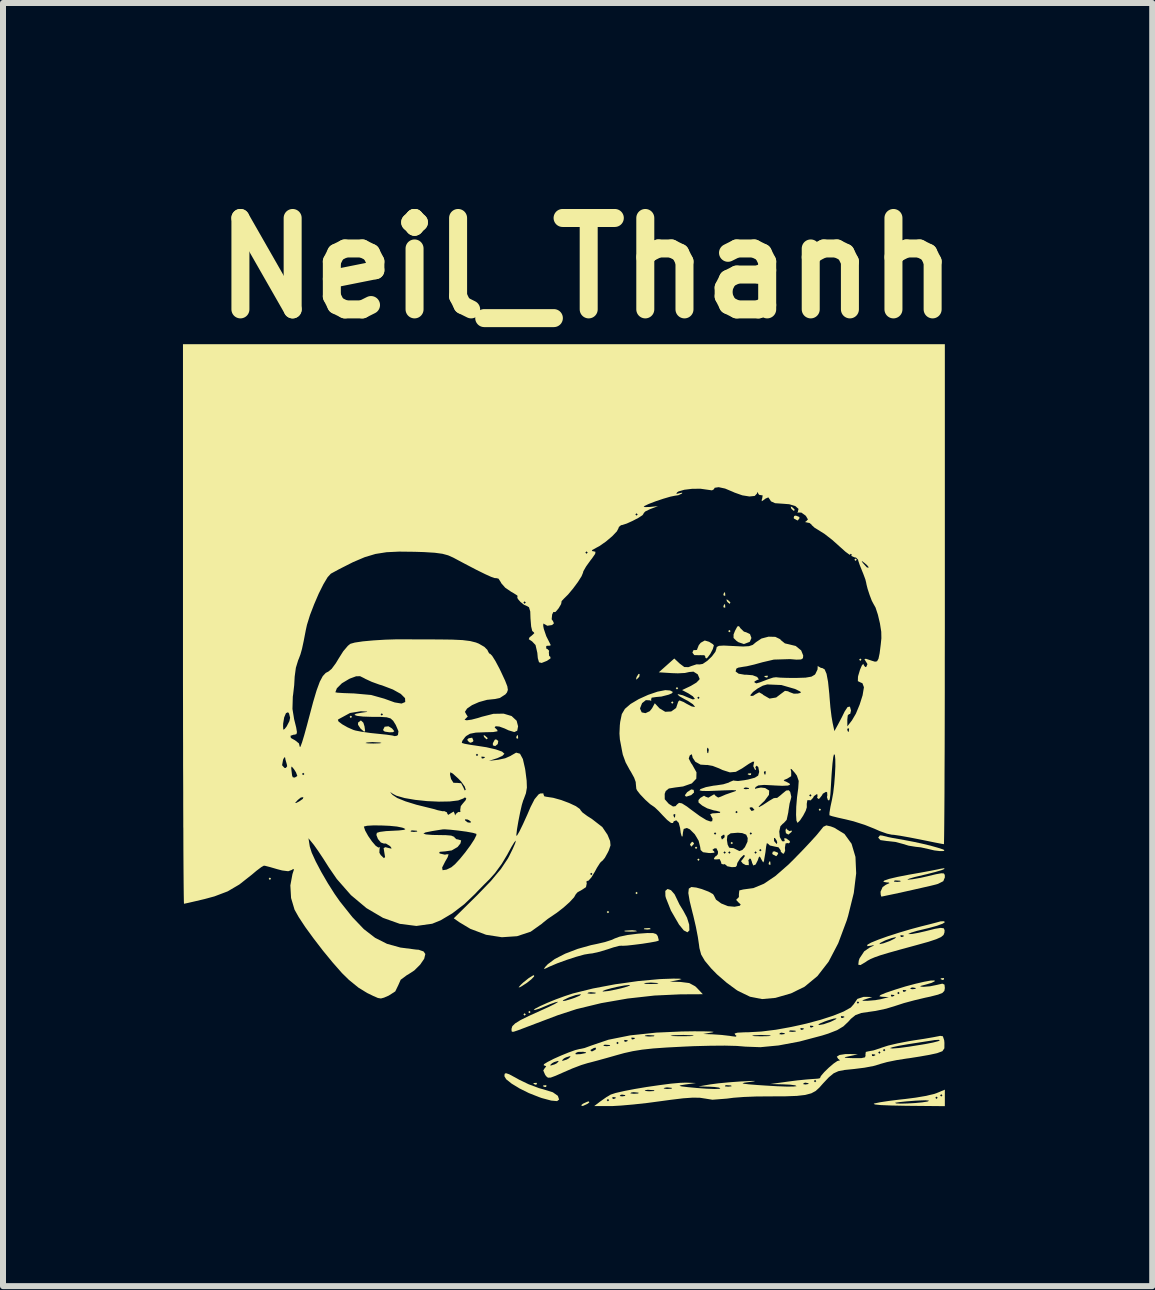
<source format=kicad_pcb>
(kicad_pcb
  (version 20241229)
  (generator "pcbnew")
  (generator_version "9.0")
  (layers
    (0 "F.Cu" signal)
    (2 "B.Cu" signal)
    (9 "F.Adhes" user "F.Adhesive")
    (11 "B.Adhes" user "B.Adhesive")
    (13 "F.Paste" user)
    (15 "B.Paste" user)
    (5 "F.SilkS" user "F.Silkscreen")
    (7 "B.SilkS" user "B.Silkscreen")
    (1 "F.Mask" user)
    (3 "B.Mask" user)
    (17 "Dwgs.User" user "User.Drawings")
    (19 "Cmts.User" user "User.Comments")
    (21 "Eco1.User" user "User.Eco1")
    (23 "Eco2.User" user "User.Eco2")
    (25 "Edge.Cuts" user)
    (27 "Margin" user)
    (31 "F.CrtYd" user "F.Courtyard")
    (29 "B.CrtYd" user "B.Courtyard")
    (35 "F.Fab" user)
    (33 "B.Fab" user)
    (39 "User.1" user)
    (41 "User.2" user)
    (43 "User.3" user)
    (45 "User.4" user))
  (footprint "Neil_Thanh"
    (layer "F.Cu")
    (at 6.35 9.038)
    (property "Reference" "Neil_Thanh" (at 0.377 -7.62 0) (layer "F.SilkS") (effects (font (size 1.524 1.524) (thickness 0.3))))
    (attr board_only exclude_from_pos_files exclude_from_bom)
    (fp_poly (pts (xy -4.882 2.56) (xy -4.901 2.58) (xy -4.921 2.56) (xy -4.901 2.54)) (stroke (width 0) (type solid)) (fill yes) (layer "F.SilkS"))
    (fp_poly (pts (xy -3.532 -0.139) (xy -3.552 -0.119) (xy -3.572 -0.139) (xy -3.552 -0.159)) (stroke (width 0) (type solid)) (fill yes) (layer "F.SilkS"))
    (fp_poly (pts (xy -0.635 4.822) (xy -0.655 4.842) (xy -0.675 4.822) (xy -0.655 4.802)) (stroke (width 0) (type solid)) (fill yes) (layer "F.SilkS"))
    (fp_poly (pts (xy -0.556 4.782) (xy -0.575 4.802) (xy -0.595 4.782) (xy -0.575 4.763)) (stroke (width 0) (type solid)) (fill yes) (layer "F.SilkS"))
    (fp_poly (pts (xy 0.754 3.115) (xy 0.734 3.135) (xy 0.714 3.115) (xy 0.734 3.096)) (stroke (width 0) (type solid)) (fill yes) (layer "F.SilkS"))
    (fp_poly (pts (xy 1.23 2.798) (xy 1.21 2.818) (xy 1.191 2.798) (xy 1.21 2.778)) (stroke (width 0) (type solid)) (fill yes) (layer "F.SilkS"))
    (fp_poly (pts (xy 1.826 -0.377) (xy 1.806 -0.357) (xy 1.786 -0.377) (xy 1.806 -0.397)) (stroke (width 0) (type solid)) (fill yes) (layer "F.SilkS"))
    (fp_poly (pts (xy 1.905 -0.615) (xy 1.885 -0.595) (xy 1.865 -0.615) (xy 1.885 -0.635)) (stroke (width 0) (type solid)) (fill yes) (layer "F.SilkS"))
    (fp_poly (pts (xy 2.223 2.044) (xy 2.203 2.064) (xy 2.183 2.044) (xy 2.203 2.024)) (stroke (width 0) (type solid)) (fill yes) (layer "F.SilkS"))
    (fp_poly (pts (xy 2.262 2.242) (xy 2.242 2.262) (xy 2.223 2.242) (xy 2.242 2.223)) (stroke (width 0) (type solid)) (fill yes) (layer "F.SilkS"))
    (fp_poly (pts (xy 2.778 -1.568) (xy 2.758 -1.548) (xy 2.738 -1.568) (xy 2.758 -1.587)) (stroke (width 0) (type solid)) (fill yes) (layer "F.SilkS"))
    (fp_poly (pts (xy 2.818 1.965) (xy 2.798 1.984) (xy 2.778 1.965) (xy 2.798 1.945)) (stroke (width 0) (type solid)) (fill yes) (layer "F.SilkS"))
    (fp_poly (pts (xy 4.286 1.409) (xy 4.266 1.429) (xy 4.247 1.409) (xy 4.266 1.389)) (stroke (width 0) (type solid)) (fill yes) (layer "F.SilkS"))
    (fp_poly (pts (xy 4.882 -2.758) (xy 4.862 -2.738) (xy 4.842 -2.758) (xy 4.862 -2.778)) (stroke (width 0) (type solid)) (fill yes) (layer "F.SilkS"))
    (fp_poly (pts (xy 4.961 -1.091) (xy 4.941 -1.072) (xy 4.921 -1.091) (xy 4.941 -1.111)) (stroke (width 0) (type solid)) (fill yes) (layer "F.SilkS"))
    (fp_poly (pts (xy -0.767 0.172) (xy -0.763 0.219) (xy -0.767 0.225) (xy -0.791 0.219) (xy -0.794 0.198) (xy -0.779 0.166)) (stroke (width 0) (type solid)) (fill yes) (layer "F.SilkS"))
    (fp_poly (pts (xy -0.45 5.966) (xy -0.455 5.99) (xy -0.476 5.993) (xy -0.509 5.978) (xy -0.503 5.966) (xy -0.456 5.962)) (stroke (width 0) (type solid)) (fill yes) (layer "F.SilkS"))
    (fp_poly (pts (xy -0.291 6.006) (xy -0.296 6.03) (xy -0.318 6.032) (xy -0.35 6.018) (xy -0.344 6.006) (xy -0.297 6.001)) (stroke (width 0) (type solid)) (fill yes) (layer "F.SilkS"))
    (fp_poly (pts (xy 1.439 3.387) (xy 1.444 3.401) (xy 1.389 3.407) (xy 1.333 3.401) (xy 1.339 3.387) (xy 1.421 3.382)) (stroke (width 0) (type solid)) (fill yes) (layer "F.SilkS"))
    (fp_poly (pts (xy 2.686 -2.209) (xy 2.69 -2.162) (xy 2.686 -2.156) (xy 2.662 -2.162) (xy 2.659 -2.183) (xy 2.674 -2.215)) (stroke (width 0) (type solid)) (fill yes) (layer "F.SilkS"))
    (fp_poly (pts (xy 2.686 -2.011) (xy 2.69 -1.964) (xy 2.686 -1.958) (xy 2.662 -1.963) (xy 2.659 -1.984) (xy 2.674 -2.017)) (stroke (width 0) (type solid)) (fill yes) (layer "F.SilkS"))
    (fp_poly (pts (xy 3.122 0.807) (xy 3.117 0.831) (xy 3.096 0.833) (xy 3.063 0.819) (xy 3.069 0.807) (xy 3.116 0.802)) (stroke (width 0) (type solid)) (fill yes) (layer "F.SilkS"))
    (fp_poly (pts (xy 3.4 -0.82) (xy 3.394 -0.797) (xy 3.373 -0.794) (xy 3.341 -0.808) (xy 3.347 -0.82) (xy 3.394 -0.825)) (stroke (width 0) (type solid)) (fill yes) (layer "F.SilkS"))
    (fp_poly (pts (xy 3.44 2.275) (xy 3.444 2.323) (xy 3.44 2.328) (xy 3.416 2.323) (xy 3.413 2.302) (xy 3.428 2.269)) (stroke (width 0) (type solid)) (fill yes) (layer "F.SilkS"))
    (fp_poly (pts (xy 6.337 4.22) (xy 6.331 4.244) (xy 6.31 4.247) (xy 6.278 4.232) (xy 6.284 4.22) (xy 6.331 4.215)) (stroke (width 0) (type solid)) (fill yes) (layer "F.SilkS"))
    (fp_poly (pts (xy -1.509 0.255) (xy -1.514 0.274) (xy -1.553 0.293) (xy -1.582 0.282) (xy -1.613 0.244) (xy -1.589 0.219) (xy -1.529 0.209)) (stroke (width 0) (type solid)) (fill yes) (layer "F.SilkS"))
    (fp_poly (pts (xy -1.316 0.175) (xy -1.274 0.212) (xy -1.27 0.221) (xy -1.289 0.237) (xy -1.328 0.2) (xy -1.333 0.192) (xy -1.338 0.165)) (stroke (width 0) (type solid)) (fill yes) (layer "F.SilkS"))
    (fp_poly (pts (xy -1.094 0.264) (xy -1.103 0.315) (xy -1.145 0.349) (xy -1.184 0.337) (xy -1.184 0.3) (xy -1.153 0.244) (xy -1.131 0.236)) (stroke (width 0) (type solid)) (fill yes) (layer "F.SilkS"))
    (fp_poly (pts (xy 1.258 -0.812) (xy 1.235 -0.783) (xy 1.202 -0.758) (xy 1.21 -0.798) (xy 1.213 -0.805) (xy 1.244 -0.854) (xy 1.262 -0.854)) (stroke (width 0) (type solid)) (fill yes) (layer "F.SilkS"))
    (fp_poly (pts (xy 2.732 -2.087) (xy 2.775 -2.047) (xy 2.766 -2.024) (xy 2.761 -2.024) (xy 2.727 -2.052) (xy 2.715 -2.07) (xy 2.71 -2.097)) (stroke (width 0) (type solid)) (fill yes) (layer "F.SilkS"))
    (fp_poly (pts (xy 3.804 -3.635) (xy 3.846 -3.595) (xy 3.838 -3.572) (xy 3.832 -3.572) (xy 3.799 -3.6) (xy 3.786 -3.618) (xy 3.782 -3.645)) (stroke (width 0) (type solid)) (fill yes) (layer "F.SilkS"))
    (fp_poly (pts (xy -3.343 -0.041) (xy -3.324 0.02) (xy -3.313 0.1) (xy -3.332 0.109) (xy -3.391 0.056) (xy -3.432 -0.007) (xy -3.431 -0.043) (xy -3.384 -0.079)) (stroke (width 0) (type solid)) (fill yes) (layer "F.SilkS"))
    (fp_poly (pts (xy -2.865 0.055) (xy -2.827 0.101) (xy -2.85 0.117) (xy -2.909 0.119) (xy -2.987 0.107) (xy -3.016 0.082) (xy -2.988 0.026) (xy -2.924 0.019)) (stroke (width 0) (type solid)) (fill yes) (layer "F.SilkS"))
    (fp_poly (pts (xy 0.424 6.288) (xy 0.397 6.31) (xy 0.325 6.344) (xy 0.298 6.349) (xy 0.291 6.332) (xy 0.318 6.31) (xy 0.39 6.277) (xy 0.417 6.272)) (stroke (width 0) (type solid)) (fill yes) (layer "F.SilkS"))
    (fp_poly (pts (xy 1.201 3.425) (xy 1.219 3.435) (xy 1.169 3.441) (xy 1.111 3.442) (xy 1.025 3.439) (xy 1.002 3.431) (xy 1.022 3.425) (xy 1.138 3.418)) (stroke (width 0) (type solid)) (fill yes) (layer "F.SilkS"))
    (fp_poly (pts (xy 2.163 1.079) (xy 2.169 1.123) (xy 2.122 1.166) (xy 2.045 1.19) (xy 2.034 1.19) (xy 2.016 1.169) (xy 2.054 1.117) (xy 2.123 1.071)) (stroke (width 0) (type solid)) (fill yes) (layer "F.SilkS"))
    (fp_poly (pts (xy 2.169 1.969) (xy 2.163 1.984) (xy 2.127 2.022) (xy 2.121 2.024) (xy 2.104 1.993) (xy 2.103 1.984) (xy 2.134 1.946) (xy 2.145 1.945)) (stroke (width 0) (type solid)) (fill yes) (layer "F.SilkS"))
    (fp_poly (pts (xy 3.564 2.124) (xy 3.572 2.143) (xy 3.543 2.182) (xy 3.535 2.183) (xy 3.481 2.154) (xy 3.473 2.143) (xy 3.482 2.109) (xy 3.51 2.103)) (stroke (width 0) (type solid)) (fill yes) (layer "F.SilkS"))
    (fp_poly (pts (xy 3.921 -3.472) (xy 3.929 -3.453) (xy 3.901 -3.414) (xy 3.892 -3.413) (xy 3.838 -3.442) (xy 3.83 -3.453) (xy 3.839 -3.487) (xy 3.867 -3.493)) (stroke (width 0) (type solid)) (fill yes) (layer "F.SilkS"))
    (fp_poly (pts (xy 3.717 1.737) (xy 3.76 1.767) (xy 3.78 1.76) (xy 3.803 1.759) (xy 3.794 1.78) (xy 3.742 1.824) (xy 3.701 1.801) (xy 3.694 1.756) (xy 3.704 1.718)) (stroke (width 0) (type solid)) (fill yes) (layer "F.SilkS"))
    (fp_poly (pts (xy -0.496 4.188) (xy -0.542 4.236) (xy -0.617 4.296) (xy -0.704 4.352) (xy -0.734 4.369) (xy -0.755 4.37) (xy -0.721 4.33) (xy -0.676 4.288) (xy -0.586 4.216) (xy -0.516 4.173) (xy -0.498 4.168)) (stroke (width 0) (type solid)) (fill yes) (layer "F.SilkS"))
    (fp_poly (pts (xy 2.942 -1.616) (xy 3.001 -1.559) (xy 3.039 -1.548) (xy 3.102 -1.518) (xy 3.126 -1.453) (xy 3.1 -1.392) (xy 3.091 -1.386) (xy 3 -1.352) (xy 2.909 -1.383) (xy 2.877 -1.405) (xy 2.828 -1.453) (xy 2.828 -1.511) (xy 2.852 -1.572) (xy 2.891 -1.645) (xy 2.918 -1.651)) (stroke (width 0) (type solid)) (fill yes) (layer "F.SilkS"))
    (fp_poly (pts (xy 1.785 2.751) (xy 1.845 2.82) (xy 1.868 2.867) (xy 1.927 2.99) (xy 1.992 3.096) (xy 2.052 3.209) (xy 2.088 3.324) (xy 2.092 3.421) (xy 2.059 3.453) (xy 1.998 3.421) (xy 1.919 3.324) (xy 1.919 3.324) (xy 1.784 3.091) (xy 1.701 2.882) (xy 1.692 2.848) (xy 1.69 2.763) (xy 1.727 2.731)) (stroke (width 0) (type solid)) (fill yes) (layer "F.SilkS"))
    (fp_poly (pts (xy -0.913 5.819) (xy -0.812 5.873) (xy -0.744 5.911) (xy -0.588 5.986) (xy -0.421 6.049) (xy -0.338 6.072) (xy -0.184 6.12) (xy -0.101 6.179) (xy -0.08 6.241) (xy -0.114 6.267) (xy -0.212 6.258) (xy -0.369 6.216) (xy -0.417 6.199) (xy -0.584 6.133) (xy -0.741 6.055) (xy -0.872 5.975) (xy -0.962 5.903) (xy -0.992 5.852) (xy -0.988 5.813) (xy -0.967 5.801)) (stroke (width 0) (type solid)) (fill yes) (layer "F.SilkS"))
    (fp_poly (pts (xy 2.42 -1.39) (xy 2.483 -1.35) (xy 2.5 -1.33) (xy 2.482 -1.268) (xy 2.441 -1.189) (xy 2.395 -1.127) (xy 2.373 -1.111) (xy 2.353 -1.135) (xy 2.358 -1.146) (xy 2.34 -1.166) (xy 2.267 -1.167) (xy 2.261 -1.166) (xy 2.173 -1.168) (xy 2.143 -1.208) (xy 2.143 -1.214) (xy 2.163 -1.254) (xy 2.183 -1.25) (xy 2.219 -1.255) (xy 2.223 -1.27) (xy 2.248 -1.333) (xy 2.281 -1.374) (xy 2.348 -1.411)) (stroke (width 0) (type solid)) (fill yes) (layer "F.SilkS"))
    (fp_poly (pts (xy 5.308 1.841) (xy 5.403 1.865) (xy 5.477 1.88) (xy 5.685 1.917) (xy 5.842 1.947) (xy 5.974 1.976) (xy 6.108 2.008) (xy 6.108 2.008) (xy 6.229 2.042) (xy 6.316 2.07) (xy 6.343 2.083) (xy 6.33 2.098) (xy 6.266 2.099) (xy 6.174 2.088) (xy 6.081 2.066) (xy 6.072 2.064) (xy 5.951 2.037) (xy 5.866 2.028) (xy 5.747 2.009) (xy 5.648 1.979) (xy 5.529 1.947) (xy 5.394 1.932) (xy 5.388 1.932) (xy 5.276 1.916) (xy 5.239 1.875) (xy 5.239 1.875) (xy 5.268 1.837)) (stroke (width 0) (type solid)) (fill yes) (layer "F.SilkS"))
    (fp_poly (pts (xy 1.487 3.466) (xy 1.538 3.482) (xy 1.563 3.514) (xy 1.564 3.517) (xy 1.58 3.578) (xy 1.579 3.593) (xy 1.533 3.606) (xy 1.434 3.624) (xy 1.306 3.644) (xy 1.171 3.661) (xy 1.054 3.674) (xy 0.979 3.678) (xy 0.964 3.676) (xy 0.921 3.679) (xy 0.826 3.704) (xy 0.733 3.735) (xy 0.596 3.777) (xy 0.476 3.804) (xy 0.422 3.81) (xy 0.339 3.824) (xy 0.206 3.861) (xy 0.049 3.912) (xy -0.108 3.969) (xy -0.241 4.025) (xy -0.298 4.053) (xy -0.334 4.066) (xy -0.314 4.033) (xy -0.269 3.985) (xy -0.152 3.898) (xy 0.022 3.809) (xy 0.231 3.729) (xy 0.452 3.667) (xy 0.549 3.647) (xy 0.686 3.615) (xy 0.803 3.577) (xy 0.846 3.556) (xy 0.927 3.526) (xy 1.06 3.498) (xy 1.218 3.478) (xy 1.236 3.476) (xy 1.392 3.465)) (stroke (width 0) (type solid)) (fill yes) (layer "F.SilkS"))
    (fp_poly (pts (xy 6.35 6.351) (xy 5.705 6.345) (xy 5.456 6.34) (xy 5.282 6.333) (xy 5.184 6.323) (xy 5.164 6.311) (xy 5.179 6.305) (xy 5.223 6.296) (xy 5.52 6.296) (xy 5.54 6.306) (xy 5.617 6.309) (xy 5.73 6.306) (xy 5.855 6.299) (xy 5.971 6.288) (xy 6.056 6.275) (xy 6.072 6.27) (xy 6.085 6.258) (xy 6.028 6.253) (xy 5.911 6.257) (xy 5.854 6.26) (xy 5.704 6.272) (xy 5.588 6.284) (xy 5.525 6.294) (xy 5.52 6.296) (xy 5.223 6.296) (xy 5.271 6.286) (xy 5.416 6.264) (xy 5.592 6.242) (xy 5.686 6.232) (xy 5.849 6.211) (xy 6.191 6.211) (xy 6.211 6.231) (xy 6.231 6.211) (xy 6.211 6.191) (xy 6.191 6.211) (xy 5.849 6.211) (xy 5.87 6.208) (xy 6.041 6.179) (xy 6.072 6.171) (xy 6.271 6.171) (xy 6.29 6.191) (xy 6.31 6.171) (xy 6.29 6.152) (xy 6.271 6.171) (xy 6.072 6.171) (xy 6.171 6.148) (xy 6.211 6.134) (xy 6.35 6.076)) (stroke (width 0) (type solid)) (fill yes) (layer "F.SilkS"))
    (fp_poly (pts (xy 6.346 2.396) (xy 6.299 2.416) (xy 6.193 2.447) (xy 6.049 2.484) (xy 5.989 2.498) (xy 5.85 2.531) (xy 5.758 2.558) (xy 5.726 2.573) (xy 5.735 2.576) (xy 5.815 2.568) (xy 5.941 2.546) (xy 6.052 2.521) (xy 6.202 2.485) (xy 6.291 2.469) (xy 6.334 2.472) (xy 6.349 2.497) (xy 6.35 2.538) (xy 6.324 2.601) (xy 6.235 2.646) (xy 6.201 2.656) (xy 6.116 2.677) (xy 5.985 2.707) (xy 5.827 2.743) (xy 5.661 2.78) (xy 5.505 2.814) (xy 5.38 2.84) (xy 5.304 2.856) (xy 5.29 2.857) (xy 5.281 2.824) (xy 5.278 2.777) (xy 5.313 2.698) (xy 5.368 2.66) (xy 5.427 2.633) (xy 5.415 2.623) (xy 5.378 2.621) (xy 5.324 2.611) (xy 5.326 2.608) (xy 5.502 2.608) (xy 5.556 2.613) (xy 5.613 2.607) (xy 5.606 2.593) (xy 5.525 2.588) (xy 5.507 2.593) (xy 5.502 2.608) (xy 5.326 2.608) (xy 5.341 2.59) (xy 5.423 2.562) (xy 5.563 2.529) (xy 5.753 2.492) (xy 5.794 2.485) (xy 5.97 2.454) (xy 6.126 2.425) (xy 6.238 2.403) (xy 6.271 2.395) (xy 6.335 2.385)) (stroke (width 0) (type solid)) (fill yes) (layer "F.SilkS"))
    (fp_poly (pts (xy 4.449 1.688) (xy 4.507 1.71) (xy 4.677 1.814) (xy 4.795 1.977) (xy 4.86 2.196) (xy 4.872 2.47) (xy 4.832 2.798) (xy 4.738 3.177) (xy 4.715 3.254) (xy 4.573 3.635) (xy 4.412 3.943) (xy 4.226 4.183) (xy 4.012 4.36) (xy 3.786 4.471) (xy 3.526 4.546) (xy 3.304 4.566) (xy 3.103 4.527) (xy 2.902 4.43) (xy 2.874 4.412) (xy 2.716 4.296) (xy 2.553 4.155) (xy 2.455 4.055) (xy 2.349 3.928) (xy 2.288 3.824) (xy 2.259 3.716) (xy 2.252 3.661) (xy 2.233 3.533) (xy 2.2 3.361) (xy 2.157 3.176) (xy 2.144 3.126) (xy 2.096 2.93) (xy 2.074 2.799) (xy 2.082 2.725) (xy 2.125 2.698) (xy 2.206 2.707) (xy 2.298 2.732) (xy 2.411 2.775) (xy 2.485 2.816) (xy 2.5 2.838) (xy 2.535 2.908) (xy 2.622 2.972) (xy 2.734 3.017) (xy 2.844 3.027) (xy 2.85 3.026) (xy 2.933 3.01) (xy 2.947 2.989) (xy 2.908 2.953) (xy 2.871 2.912) (xy 2.885 2.898) (xy 2.917 2.865) (xy 2.917 2.818) (xy 2.924 2.755) (xy 2.989 2.739) (xy 3.159 2.716) (xy 3.335 2.643) (xy 3.526 2.514) (xy 3.743 2.324) (xy 3.83 2.238) (xy 3.974 2.09) (xy 4.104 1.952) (xy 4.207 1.839) (xy 4.268 1.765) (xy 4.269 1.764) (xy 4.325 1.694) (xy 4.374 1.671)) (stroke (width 0) (type solid)) (fill yes) (layer "F.SilkS"))
    (fp_poly (pts (xy 6.35 3.285) (xy 6.314 3.309) (xy 6.219 3.344) (xy 6.081 3.382) (xy 6.026 3.395) (xy 5.885 3.429) (xy 5.786 3.459) (xy 5.743 3.479) (xy 5.745 3.483) (xy 5.803 3.481) (xy 5.912 3.461) (xy 6.025 3.435) (xy 6.185 3.395) (xy 6.282 3.379) (xy 6.332 3.386) (xy 6.346 3.419) (xy 6.343 3.459) (xy 6.328 3.498) (xy 6.287 3.532) (xy 6.207 3.568) (xy 6.077 3.611) (xy 5.883 3.665) (xy 5.854 3.673) (xy 5.601 3.742) (xy 5.412 3.795) (xy 5.275 3.836) (xy 5.179 3.87) (xy 5.111 3.899) (xy 5.058 3.928) (xy 5.033 3.946) (xy 4.944 3.999) (xy 4.907 3.993) (xy 4.915 3.926) (xy 4.928 3.888) (xy 5.006 3.77) (xy 5.094 3.709) (xy 5.164 3.675) (xy 5.162 3.667) (xy 5.12 3.676) (xy 5.055 3.684) (xy 5.06 3.659) (xy 5.08 3.648) (xy 5.258 3.648) (xy 5.264 3.65) (xy 5.328 3.636) (xy 5.427 3.6) (xy 5.443 3.593) (xy 5.517 3.556) (xy 5.537 3.535) (xy 5.531 3.534) (xy 5.467 3.548) (xy 5.368 3.583) (xy 5.352 3.59) (xy 5.278 3.627) (xy 5.258 3.648) (xy 5.08 3.648) (xy 5.12 3.625) (xy 5.24 3.576) (xy 5.402 3.518) (xy 5.441 3.506) (xy 5.609 3.506) (xy 5.615 3.529) (xy 5.636 3.532) (xy 5.668 3.518) (xy 5.662 3.506) (xy 5.615 3.501) (xy 5.609 3.506) (xy 5.441 3.506) (xy 5.589 3.458) (xy 5.785 3.4) (xy 5.953 3.355) (xy 6.097 3.319) (xy 6.216 3.288) (xy 6.281 3.27) (xy 6.338 3.269)) (stroke (width 0) (type solid)) (fill yes) (layer "F.SilkS"))
    (fp_poly (pts (xy 1.926 4.226) (xy 1.961 4.232) (xy 1.925 4.244) (xy 1.766 4.275) (xy 1.948 4.281) (xy 2.089 4.299) (xy 2.189 4.353) (xy 2.222 4.385) (xy 2.316 4.485) (xy 1.942 4.487) (xy 1.51 4.507) (xy 1.062 4.557) (xy 0.62 4.634) (xy 0.211 4.733) (xy -0.099 4.834) (xy -0.281 4.903) (xy -0.466 4.973) (xy -0.619 5.031) (xy -0.634 5.037) (xy -0.764 5.086) (xy -0.836 5.11) (xy -0.867 5.111) (xy -0.873 5.09) (xy -0.873 5.061) (xy -0.86 5.018) (xy -0.813 4.972) (xy -0.723 4.916) (xy -0.579 4.845) (xy -0.389 4.759) (xy -0.253 4.697) (xy -0.151 4.647) (xy -0.101 4.616) (xy -0.098 4.611) (xy -0.139 4.618) (xy -0.229 4.65) (xy -0.3 4.68) (xy -0.409 4.725) (xy -0.484 4.748) (xy -0.503 4.749) (xy -0.48 4.726) (xy -0.399 4.684) (xy -0.279 4.63) (xy -0.204 4.599) (xy -0.02 4.599) (xy 0.027 4.593) (xy 0.127 4.563) (xy 0.179 4.545) (xy 0.26 4.511) (xy 0.285 4.49) (xy 0.272 4.486) (xy 0.194 4.5) (xy 0.087 4.537) (xy 0.074 4.543) (xy -0.007 4.582) (xy -0.02 4.599) (xy -0.204 4.599) (xy -0.137 4.572) (xy 0.01 4.518) (xy 0.144 4.474) (xy 0.158 4.47) (xy 0.391 4.47) (xy 0.444 4.477) (xy 0.456 4.477) (xy 0.524 4.473) (xy 0.53 4.46) (xy 0.527 4.459) (xy 0.448 4.451) (xy 0.408 4.457) (xy 0.391 4.47) (xy 0.158 4.47) (xy 0.159 4.47) (xy 0.308 4.433) (xy 0.643 4.433) (xy 0.655 4.44) (xy 0.737 4.432) (xy 0.862 4.408) (xy 0.953 4.387) (xy 1.055 4.358) (xy 1.103 4.338) (xy 1.091 4.331) (xy 1.009 4.339) (xy 0.884 4.363) (xy 0.794 4.384) (xy 0.691 4.413) (xy 0.643 4.433) (xy 0.308 4.433) (xy 0.486 4.389) (xy 0.857 4.319) (xy 0.948 4.307) (xy 1.332 4.307) (xy 1.375 4.313) (xy 1.449 4.315) (xy 1.543 4.312) (xy 1.577 4.305) (xy 1.558 4.298) (xy 1.449 4.291) (xy 1.36 4.297) (xy 1.332 4.307) (xy 0.948 4.307) (xy 1.236 4.266) (xy 1.587 4.234) (xy 1.647 4.231) (xy 1.82 4.225)) (stroke (width 0) (type solid)) (fill yes) (layer "F.SilkS"))
    (fp_poly (pts (xy 6.317 5.186) (xy 6.339 5.252) (xy 6.343 5.296) (xy 6.342 5.387) (xy 6.309 5.435) (xy 6.223 5.467) (xy 6.202 5.472) (xy 6.091 5.496) (xy 5.932 5.524) (xy 5.755 5.552) (xy 5.715 5.557) (xy 5.543 5.584) (xy 5.387 5.616) (xy 5.275 5.647) (xy 5.257 5.654) (xy 5.158 5.682) (xy 5.01 5.71) (xy 4.843 5.731) (xy 4.824 5.733) (xy 4.677 5.748) (xy 4.575 5.768) (xy 4.496 5.804) (xy 4.418 5.868) (xy 4.319 5.973) (xy 4.257 6.043) (xy 4.197 6.098) (xy 4.124 6.137) (xy 4.023 6.164) (xy 3.883 6.18) (xy 3.69 6.187) (xy 3.431 6.188) (xy 3.413 6.188) (xy 3.201 6.19) (xy 2.997 6.198) (xy 2.826 6.211) (xy 2.719 6.225) (xy 2.476 6.244) (xy 2.358 6.225) (xy 2.267 6.211) (xy 2.149 6.209) (xy 1.989 6.22) (xy 1.775 6.246) (xy 1.62 6.267) (xy 1.388 6.298) (xy 1.158 6.323) (xy 0.954 6.341) (xy 0.799 6.35) (xy 0.775 6.35) (xy 0.505 6.35) (xy 0.6 6.277) (xy 0.637 6.251) (xy 0.714 6.251) (xy 0.734 6.271) (xy 0.754 6.251) (xy 0.734 6.231) (xy 0.714 6.251) (xy 0.637 6.251) (xy 0.701 6.206) (xy 0.703 6.204) (xy 0.807 6.204) (xy 0.812 6.228) (xy 0.833 6.231) (xy 0.866 6.216) (xy 0.86 6.204) (xy 0.813 6.2) (xy 0.807 6.204) (xy 0.703 6.204) (xy 0.741 6.182) (xy 0.93 6.182) (xy 0.969 6.188) (xy 1.021 6.181) (xy 1.021 6.167) (xy 0.968 6.158) (xy 0.945 6.164) (xy 0.93 6.182) (xy 0.741 6.182) (xy 0.78 6.158) (xy 0.844 6.137) (xy 1.106 6.137) (xy 1.158 6.144) (xy 1.171 6.144) (xy 1.239 6.14) (xy 1.245 6.127) (xy 1.241 6.126) (xy 1.162 6.118) (xy 1.122 6.124) (xy 1.106 6.137) (xy 0.844 6.137) (xy 0.859 6.132) (xy 0.999 6.1) (xy 1.018 6.096) (xy 1.347 6.096) (xy 1.402 6.102) (xy 1.429 6.103) (xy 1.501 6.099) (xy 1.509 6.088) (xy 1.498 6.085) (xy 1.398 6.078) (xy 1.359 6.085) (xy 1.347 6.096) (xy 1.018 6.096) (xy 1.18 6.065) (xy 1.227 6.057) (xy 1.661 6.057) (xy 1.714 6.064) (xy 1.726 6.064) (xy 1.794 6.06) (xy 1.8 6.048) (xy 1.797 6.046) (xy 1.718 6.038) (xy 1.678 6.045) (xy 1.661 6.057) (xy 1.227 6.057) (xy 1.383 6.031) (xy 1.59 6.001) (xy 1.782 5.976) (xy 1.94 5.962) (xy 2.033 5.959) (xy 2.203 5.965) (xy 2.024 5.99) (xy 1.949 6.002) (xy 1.926 6.013) (xy 1.963 6.022) (xy 2.066 6.034) (xy 2.215 6.048) (xy 2.378 6.06) (xy 2.51 6.065) (xy 2.592 6.062) (xy 2.608 6.057) (xy 2.587 6.042) (xy 2.507 6.031) (xy 2.437 6.027) (xy 2.242 6.022) (xy 2.249 6.021) (xy 2.684 6.021) (xy 2.738 6.026) (xy 2.795 6.02) (xy 2.788 6.006) (xy 2.707 6.001) (xy 2.689 6.006) (xy 2.684 6.021) (xy 2.249 6.021) (xy 2.441 5.988) (xy 2.578 5.97) (xy 2.759 5.953) (xy 2.948 5.939) (xy 2.977 5.938) (xy 3.119 5.931) (xy 3.184 5.931) (xy 3.172 5.937) (xy 3.096 5.948) (xy 3.012 5.959) (xy 2.977 5.969) (xy 2.998 5.977) (xy 3.08 5.987) (xy 3.231 5.999) (xy 3.366 6.008) (xy 3.555 6.019) (xy 3.714 6.025) (xy 3.827 6.024) (xy 3.878 6.018) (xy 3.878 6.017) (xy 3.856 6.004) (xy 3.773 5.993) (xy 3.668 5.988) (xy 3.47 5.983) (xy 3.986 5.983) (xy 4.025 5.99) (xy 4.076 5.982) (xy 4.077 5.969) (xy 4.024 5.959) (xy 4.001 5.966) (xy 3.986 5.983) (xy 3.47 5.983) (xy 3.433 5.983) (xy 3.731 5.942) (xy 3.8 5.933) (xy 4.167 5.933) (xy 4.187 5.953) (xy 4.207 5.933) (xy 4.187 5.913) (xy 4.167 5.933) (xy 3.8 5.933) (xy 3.895 5.921) (xy 4.046 5.906) (xy 4.151 5.898) (xy 4.154 5.898) (xy 4.237 5.892) (xy 4.269 5.884) (xy 4.269 5.883) (xy 4.284 5.848) (xy 4.34 5.783) (xy 4.418 5.707) (xy 4.497 5.64) (xy 4.557 5.599) (xy 4.571 5.595) (xy 4.603 5.588) (xy 4.571 5.561) (xy 4.549 5.526) (xy 4.594 5.498) (xy 4.69 5.483) (xy 4.776 5.482) (xy 4.901 5.487) (xy 4.763 5.517) (xy 4.69 5.533) (xy 4.68 5.543) (xy 4.738 5.548) (xy 4.836 5.551) (xy 4.96 5.55) (xy 5.019 5.537) (xy 5.029 5.507) (xy 5.026 5.497) (xy 5.027 5.49) (xy 5.133 5.49) (xy 5.138 5.514) (xy 5.159 5.517) (xy 5.192 5.502) (xy 5.186 5.49) (xy 5.139 5.485) (xy 5.133 5.49) (xy 5.027 5.49) (xy 5.031 5.457) (xy 5.239 5.457) (xy 5.259 5.477) (xy 5.278 5.457) (xy 5.259 5.437) (xy 5.239 5.457) (xy 5.031 5.457) (xy 5.033 5.447) (xy 5.076 5.437) (xy 5.159 5.422) (xy 5.175 5.417) (xy 5.318 5.417) (xy 5.338 5.437) (xy 5.358 5.417) (xy 5.338 5.397) (xy 5.318 5.417) (xy 5.175 5.417) (xy 5.273 5.385) (xy 5.277 5.384) (xy 5.437 5.384) (xy 5.475 5.39) (xy 5.582 5.382) (xy 5.749 5.36) (xy 5.969 5.325) (xy 6.029 5.315) (xy 6.152 5.291) (xy 6.24 5.268) (xy 6.267 5.255) (xy 6.249 5.245) (xy 6.175 5.25) (xy 6.152 5.254) (xy 6.041 5.271) (xy 5.886 5.295) (xy 5.725 5.32) (xy 5.586 5.344) (xy 5.484 5.366) (xy 5.438 5.382) (xy 5.437 5.384) (xy 5.277 5.384) (xy 5.299 5.375) (xy 5.405 5.341) (xy 5.563 5.304) (xy 5.745 5.269) (xy 5.829 5.255) (xy 6.001 5.229) (xy 6.146 5.204) (xy 6.245 5.185) (xy 6.272 5.179)) (stroke (width 0) (type solid)) (fill yes) (layer "F.SilkS"))
    (fp_poly (pts (xy 6.182 4.269) (xy 6.128 4.296) (xy 6.033 4.324) (xy 6.025 4.326) (xy 5.946 4.347) (xy 5.942 4.357) (xy 5.993 4.362) (xy 6.104 4.353) (xy 6.221 4.329) (xy 6.308 4.309) (xy 6.344 4.325) (xy 6.35 4.382) (xy 6.342 4.429) (xy 6.31 4.463) (xy 6.237 4.492) (xy 6.108 4.525) (xy 6.023 4.543) (xy 5.843 4.586) (xy 5.668 4.633) (xy 5.532 4.677) (xy 5.517 4.682) (xy 5.372 4.726) (xy 5.198 4.763) (xy 5.1 4.777) (xy 4.956 4.798) (xy 4.861 4.833) (xy 4.784 4.895) (xy 4.743 4.941) (xy 4.659 5.021) (xy 4.554 5.084) (xy 4.405 5.142) (xy 4.303 5.174) (xy 3.926 5.274) (xy 3.579 5.339) (xy 3.275 5.368) (xy 3.027 5.359) (xy 3.016 5.358) (xy 2.882 5.347) (xy 2.684 5.342) (xy 2.439 5.344) (xy 2.163 5.351) (xy 2.008 5.358) (xy 1.717 5.373) (xy 1.489 5.389) (xy 1.305 5.409) (xy 1.15 5.434) (xy 1.006 5.466) (xy 0.893 5.497) (xy 0.717 5.547) (xy 0.554 5.592) (xy 0.43 5.625) (xy 0.397 5.633) (xy 0.289 5.666) (xy 0.142 5.722) (xy -0.003 5.785) (xy -0.139 5.845) (xy -0.22 5.875) (xy -0.267 5.876) (xy -0.297 5.851) (xy -0.315 5.824) (xy -0.344 5.756) (xy -0.319 5.716) (xy -0.315 5.714) (xy -0.295 5.685) (xy -0.337 5.669) (xy -0.336 5.667) (xy -0.23 5.667) (xy -0.218 5.674) (xy -0.153 5.654) (xy -0.119 5.636) (xy -0.087 5.604) (xy -0.099 5.597) (xy -0.164 5.617) (xy -0.198 5.636) (xy -0.23 5.667) (xy -0.336 5.667) (xy -0.332 5.651) (xy -0.27 5.613) (xy -0.22 5.588) (xy -0.032 5.588) (xy -0.02 5.595) (xy 0.045 5.575) (xy 0.079 5.556) (xy 0.111 5.525) (xy 0.099 5.518) (xy 0.034 5.538) (xy 0 5.556) (xy -0.032 5.588) (xy -0.22 5.588) (xy -0.17 5.562) (xy -0.049 5.508) (xy 0.052 5.467) (xy 0.193 5.467) (xy 0.198 5.487) (xy 0.27 5.484) (xy 0.286 5.482) (xy 0.365 5.466) (xy 0.37 5.455) (xy 0.323 5.445) (xy 0.235 5.447) (xy 0.193 5.467) (xy 0.052 5.467) (xy 0.076 5.457) (xy 0.185 5.418) (xy 0.199 5.414) (xy 0.442 5.414) (xy 0.452 5.435) (xy 0.474 5.437) (xy 0.528 5.408) (xy 0.535 5.398) (xy 0.529 5.375) (xy 0.498 5.382) (xy 0.442 5.414) (xy 0.199 5.414) (xy 0.263 5.398) (xy 0.275 5.397) (xy 0.344 5.382) (xy 0.442 5.346) (xy 0.66 5.346) (xy 0.714 5.352) (xy 0.771 5.345) (xy 0.764 5.332) (xy 0.683 5.326) (xy 0.665 5.332) (xy 0.66 5.346) (xy 0.442 5.346) (xy 0.443 5.346) (xy 0.45 5.343) (xy 0.581 5.298) (xy 0.873 5.298) (xy 0.893 5.318) (xy 0.913 5.298) (xy 0.893 5.278) (xy 0.873 5.298) (xy 0.581 5.298) (xy 0.718 5.252) (xy 1.005 5.252) (xy 1.011 5.276) (xy 1.032 5.278) (xy 1.065 5.264) (xy 1.058 5.252) (xy 1.011 5.247) (xy 1.005 5.252) (xy 0.718 5.252) (xy 0.741 5.244) (xy 0.9 5.212) (xy 1.124 5.212) (xy 1.13 5.236) (xy 1.151 5.239) (xy 1.184 5.224) (xy 1.177 5.212) (xy 1.13 5.208) (xy 1.124 5.212) (xy 0.9 5.212) (xy 1.046 5.183) (xy 1.347 5.183) (xy 1.402 5.189) (xy 1.429 5.19) (xy 1.501 5.186) (xy 1.508 5.177) (xy 1.775 5.177) (xy 1.805 5.182) (xy 1.899 5.185) (xy 1.965 5.185) (xy 2.09 5.184) (xy 2.158 5.18) (xy 2.158 5.173) (xy 2.134 5.17) (xy 1.993 5.164) (xy 1.839 5.168) (xy 1.817 5.17) (xy 1.775 5.177) (xy 1.508 5.177) (xy 1.509 5.175) (xy 1.498 5.172) (xy 1.398 5.166) (xy 1.359 5.172) (xy 1.347 5.183) (xy 1.046 5.183) (xy 1.105 5.171) (xy 1.54 5.125) (xy 1.965 5.106) (xy 2.172 5.103) (xy 2.336 5.104) (xy 2.448 5.107) (xy 2.497 5.113) (xy 2.48 5.12) (xy 2.322 5.148) (xy 2.485 5.154) (xy 2.63 5.164) (xy 2.768 5.18) (xy 2.783 5.183) (xy 2.865 5.193) (xy 2.878 5.18) (xy 2.875 5.178) (xy 3.135 5.178) (xy 3.176 5.184) (xy 3.278 5.186) (xy 3.294 5.186) (xy 3.403 5.184) (xy 3.452 5.179) (xy 3.431 5.171) (xy 3.423 5.17) (xy 3.284 5.164) (xy 3.165 5.17) (xy 3.135 5.178) (xy 2.875 5.178) (xy 2.857 5.163) (xy 2.85 5.15) (xy 3.589 5.15) (xy 3.628 5.156) (xy 3.68 5.149) (xy 3.68 5.135) (xy 3.627 5.126) (xy 3.604 5.132) (xy 3.589 5.15) (xy 2.85 5.15) (xy 2.845 5.14) (xy 2.892 5.126) (xy 3.007 5.12) (xy 3.076 5.119) (xy 3.272 5.108) (xy 3.755 5.108) (xy 3.81 5.113) (xy 3.866 5.107) (xy 3.86 5.093) (xy 3.778 5.088) (xy 3.76 5.093) (xy 3.755 5.108) (xy 3.272 5.108) (xy 3.292 5.107) (xy 3.534 5.077) (xy 3.663 5.054) (xy 3.942 5.054) (xy 3.948 5.077) (xy 3.969 5.08) (xy 4.001 5.065) (xy 3.995 5.054) (xy 3.948 5.049) (xy 3.942 5.054) (xy 3.663 5.054) (xy 3.788 5.031) (xy 3.867 5.014) (xy 4.101 5.014) (xy 4.106 5.037) (xy 4.128 5.04) (xy 4.16 5.026) (xy 4.154 5.014) (xy 4.107 5.009) (xy 4.101 5.014) (xy 3.867 5.014) (xy 3.949 4.996) (xy 4.24 4.996) (xy 4.252 4.999) (xy 4.331 4.985) (xy 4.437 4.948) (xy 4.45 4.943) (xy 4.532 4.903) (xy 4.545 4.886) (xy 4.497 4.892) (xy 4.397 4.922) (xy 4.346 4.94) (xy 4.265 4.974) (xy 4.24 4.996) (xy 3.949 4.996) (xy 4.041 4.975) (xy 4.28 4.911) (xy 4.453 4.855) (xy 4.617 4.855) (xy 4.622 4.879) (xy 4.643 4.882) (xy 4.676 4.867) (xy 4.67 4.855) (xy 4.623 4.85) (xy 4.617 4.855) (xy 4.453 4.855) (xy 4.492 4.842) (xy 4.664 4.773) (xy 4.782 4.707) (xy 4.831 4.652) (xy 4.85 4.624) (xy 4.882 4.624) (xy 4.901 4.643) (xy 4.921 4.624) (xy 4.901 4.604) (xy 4.882 4.624) (xy 4.85 4.624) (xy 4.892 4.563) (xy 4.996 4.529) (xy 5.04 4.529) (xy 5.14 4.532) (xy 5.04 4.564) (xy 4.976 4.586) (xy 4.984 4.594) (xy 5.06 4.595) (xy 5.192 4.584) (xy 5.298 4.564) (xy 5.417 4.534) (xy 5.298 4.527) (xy 5.258 4.519) (xy 5.278 4.498) (xy 5.45 4.498) (xy 5.456 4.522) (xy 5.477 4.524) (xy 5.51 4.51) (xy 5.503 4.498) (xy 5.456 4.493) (xy 5.45 4.498) (xy 5.278 4.498) (xy 5.278 4.498) (xy 5.357 4.465) (xy 5.556 4.465) (xy 5.576 4.485) (xy 5.596 4.465) (xy 5.576 4.445) (xy 5.556 4.465) (xy 5.357 4.465) (xy 5.364 4.462) (xy 5.491 4.419) (xy 5.649 4.419) (xy 5.654 4.442) (xy 5.675 4.445) (xy 5.708 4.43) (xy 5.702 4.419) (xy 5.655 4.414) (xy 5.649 4.419) (xy 5.491 4.419) (xy 5.517 4.41) (xy 5.562 4.396) (xy 5.772 4.396) (xy 5.811 4.402) (xy 5.862 4.395) (xy 5.863 4.381) (xy 5.81 4.372) (xy 5.787 4.378) (xy 5.772 4.396) (xy 5.562 4.396) (xy 5.691 4.356) (xy 5.859 4.311) (xy 6.006 4.277) (xy 6.117 4.257) (xy 6.179 4.256)) (stroke (width 0) (type solid)) (fill yes) (layer "F.SilkS"))
    (fp_poly (pts (xy 6.35 -2.183) (xy 6.35 -1.615) (xy 6.349 -1.07) (xy 6.349 -0.553) (xy 6.348 -0.069) (xy 6.347 0.376) (xy 6.345 0.778) (xy 6.344 1.131) (xy 6.342 1.43) (xy 6.34 1.67) (xy 6.338 1.846) (xy 6.336 1.952) (xy 6.335 1.984) (xy 6.292 1.977) (xy 6.188 1.957) (xy 6.042 1.927) (xy 5.933 1.905) (xy 5.759 1.871) (xy 5.608 1.844) (xy 5.5 1.828) (xy 5.466 1.826) (xy 5.387 1.809) (xy 5.268 1.767) (xy 5.175 1.726) (xy 5.017 1.663) (xy 4.829 1.603) (xy 4.703 1.572) (xy 4.569 1.542) (xy 4.469 1.517) (xy 4.426 1.502) (xy 4.427 1.459) (xy 4.443 1.361) (xy 4.467 1.25) (xy 4.489 1.131) (xy 4.506 0.986) (xy 4.518 0.832) (xy 4.525 0.688) (xy 4.524 0.57) (xy 4.517 0.497) (xy 4.502 0.485) (xy 4.49 0.532) (xy 4.477 0.639) (xy 4.465 0.784) (xy 4.461 0.839) (xy 4.45 1.028) (xy 4.442 1.151) (xy 4.434 1.22) (xy 4.425 1.25) (xy 4.413 1.254) (xy 4.4 1.247) (xy 4.385 1.199) (xy 4.391 1.17) (xy 4.388 1.119) (xy 4.369 1.111) (xy 4.316 1.143) (xy 4.301 1.171) (xy 4.26 1.223) (xy 4.24 1.23) (xy 4.22 1.206) (xy 4.227 1.191) (xy 4.226 1.154) (xy 4.213 1.151) (xy 4.168 1.183) (xy 4.152 1.213) (xy 4.113 1.254) (xy 4.088 1.25) (xy 4.058 1.251) (xy 4.048 1.312) (xy 4.049 1.37) (xy 4.031 1.427) (xy 3.988 1.509) (xy 3.937 1.586) (xy 3.898 1.626) (xy 3.893 1.627) (xy 3.876 1.591) (xy 3.87 1.495) (xy 3.873 1.359) (xy 3.886 1.201) (xy 3.89 1.171) (xy 4.088 1.171) (xy 4.108 1.191) (xy 4.128 1.171) (xy 4.108 1.151) (xy 4.088 1.171) (xy 3.89 1.171) (xy 3.906 1.052) (xy 3.914 0.93) (xy 3.883 0.84) (xy 3.849 0.794) (xy 3.794 0.732) (xy 3.778 0.729) (xy 3.789 0.779) (xy 3.788 0.851) (xy 3.722 0.892) (xy 3.664 0.916) (xy 3.678 0.933) (xy 3.701 0.94) (xy 3.76 0.972) (xy 3.77 0.993) (xy 3.734 1.007) (xy 3.639 1.011) (xy 3.506 1.005) (xy 3.498 1.004) (xy 3.337 0.996) (xy 3.24 1.005) (xy 3.195 1.032) (xy 3.194 1.033) (xy 3.185 1.065) (xy 3.211 1.054) (xy 3.284 1.04) (xy 3.354 1.048) (xy 3.422 1.09) (xy 3.418 1.162) (xy 3.343 1.263) (xy 3.299 1.304) (xy 3.246 1.357) (xy 3.253 1.366) (xy 3.316 1.332) (xy 3.423 1.261) (xy 3.496 1.218) (xy 3.531 1.212) (xy 3.532 1.215) (xy 3.557 1.211) (xy 3.618 1.163) (xy 3.633 1.149) (xy 3.705 1.09) (xy 3.748 1.085) (xy 3.772 1.112) (xy 3.791 1.195) (xy 3.783 1.23) (xy 3.762 1.306) (xy 3.744 1.422) (xy 3.74 1.455) (xy 3.713 1.579) (xy 3.662 1.635) (xy 3.654 1.638) (xy 3.609 1.685) (xy 3.59 1.772) (xy 3.599 1.865) (xy 3.635 1.93) (xy 3.65 1.938) (xy 3.682 1.932) (xy 3.675 1.911) (xy 3.675 1.882) (xy 3.709 1.89) (xy 3.763 1.93) (xy 3.77 1.951) (xy 3.746 1.971) (xy 3.731 1.965) (xy 3.695 1.972) (xy 3.684 2.044) (xy 3.688 2.094) (xy 3.668 2.139) (xy 3.653 2.143) (xy 3.616 2.111) (xy 3.612 2.084) (xy 3.577 2.036) (xy 3.516 2.024) (xy 3.434 2.006) (xy 3.4 1.974) (xy 3.382 1.969) (xy 3.371 2.024) (xy 3.36 2.116) (xy 3.352 2.163) (xy 3.339 2.237) (xy 3.336 2.262) (xy 3.322 2.289) (xy 3.294 2.242) (xy 3.266 2.188) (xy 3.247 2.206) (xy 3.232 2.252) (xy 3.196 2.323) (xy 3.157 2.339) (xy 3.136 2.293) (xy 3.135 2.282) (xy 3.115 2.229) (xy 3.097 2.223) (xy 3.075 2.252) (xy 3.081 2.282) (xy 3.082 2.333) (xy 3.031 2.332) (xy 2.982 2.306) (xy 2.952 2.267) (xy 2.972 2.245) (xy 3.013 2.188) (xy 3.015 2.171) (xy 2.995 2.165) (xy 2.946 2.213) (xy 2.939 2.221) (xy 2.891 2.297) (xy 2.88 2.345) (xy 2.88 2.346) (xy 2.86 2.364) (xy 2.798 2.367) (xy 2.723 2.352) (xy 2.699 2.329) (xy 2.674 2.315) (xy 2.659 2.322) (xy 2.626 2.312) (xy 2.619 2.28) (xy 2.596 2.233) (xy 2.56 2.237) (xy 2.509 2.238) (xy 2.5 2.221) (xy 2.529 2.184) (xy 2.538 2.183) (xy 2.566 2.15) (xy 2.568 2.123) (xy 2.659 2.123) (xy 2.679 2.143) (xy 2.699 2.123) (xy 2.738 2.123) (xy 2.758 2.143) (xy 2.778 2.123) (xy 3.175 2.123) (xy 3.195 2.143) (xy 3.215 2.123) (xy 3.195 2.103) (xy 3.175 2.123) (xy 2.778 2.123) (xy 2.758 2.103) (xy 2.738 2.123) (xy 2.699 2.123) (xy 2.679 2.103) (xy 2.659 2.123) (xy 2.568 2.123) (xy 2.569 2.108) (xy 2.543 2.053) (xy 2.509 2.054) (xy 2.475 2.079) (xy 2.506 2.107) (xy 2.509 2.126) (xy 2.443 2.132) (xy 2.415 2.131) (xy 2.319 2.118) (xy 2.279 2.081) (xy 2.272 2.03) (xy 2.246 1.926) (xy 2.237 1.912) (xy 2.717 1.912) (xy 2.729 1.989) (xy 2.754 2.041) (xy 2.775 2.046) (xy 2.827 2.05) (xy 2.859 2.066) (xy 2.926 2.099) (xy 2.965 2.084) (xy 3.254 2.084) (xy 3.274 2.103) (xy 3.294 2.084) (xy 3.274 2.064) (xy 3.254 2.084) (xy 2.965 2.084) (xy 2.975 2.08) (xy 3.017 2.034) (xy 3.06 1.943) (xy 3.061 1.926) (xy 3.503 1.926) (xy 3.511 1.942) (xy 3.549 1.983) (xy 3.556 1.954) (xy 3.546 1.923) (xy 3.517 1.88) (xy 3.503 1.881) (xy 3.503 1.926) (xy 3.061 1.926) (xy 3.064 1.882) (xy 3.039 1.825) (xy 2.99 1.806) (xy 3.096 1.806) (xy 3.115 1.826) (xy 3.135 1.806) (xy 3.115 1.786) (xy 3.096 1.806) (xy 2.99 1.806) (xy 2.972 1.799) (xy 2.899 1.793) (xy 2.779 1.803) (xy 2.725 1.842) (xy 2.717 1.912) (xy 2.237 1.912) (xy 2.21 1.865) (xy 2.619 1.865) (xy 2.633 1.904) (xy 2.637 1.905) (xy 2.671 1.877) (xy 2.679 1.865) (xy 2.676 1.829) (xy 2.661 1.826) (xy 2.621 1.854) (xy 2.619 1.865) (xy 2.21 1.865) (xy 2.181 1.818) (xy 2.169 1.806) (xy 2.5 1.806) (xy 2.52 1.826) (xy 2.54 1.806) (xy 2.52 1.786) (xy 2.5 1.806) (xy 2.169 1.806) (xy 2.1 1.737) (xy 2.05 1.714) (xy 1.997 1.73) (xy 1.984 1.79) (xy 1.978 1.855) (xy 1.963 1.853) (xy 1.947 1.795) (xy 1.937 1.714) (xy 1.914 1.628) (xy 1.873 1.586) (xy 1.831 1.603) (xy 1.818 1.631) (xy 1.786 1.63) (xy 1.72 1.579) (xy 1.665 1.522) (xy 1.651 1.508) (xy 1.826 1.508) (xy 1.84 1.541) (xy 1.852 1.535) (xy 1.857 1.487) (xy 1.852 1.482) (xy 1.828 1.487) (xy 1.826 1.508) (xy 1.651 1.508) (xy 1.581 1.433) (xy 1.518 1.373) (xy 1.498 1.358) (xy 1.438 1.317) (xy 1.356 1.243) (xy 1.276 1.159) (xy 1.264 1.145) (xy 1.68 1.145) (xy 1.681 1.235) (xy 1.747 1.31) (xy 1.749 1.312) (xy 1.819 1.356) (xy 1.861 1.35) (xy 1.886 1.322) (xy 1.919 1.295) (xy 1.968 1.304) (xy 2.051 1.356) (xy 2.107 1.399) (xy 2.265 1.515) (xy 2.374 1.582) (xy 2.443 1.606) (xy 2.472 1.601) (xy 2.478 1.559) (xy 2.458 1.524) (xy 2.438 1.484) (xy 2.479 1.47) (xy 2.522 1.468) (xy 2.601 1.462) (xy 2.605 1.449) (xy 2.857 1.449) (xy 2.877 1.468) (xy 2.897 1.449) (xy 2.877 1.429) (xy 2.857 1.449) (xy 2.605 1.449) (xy 2.606 1.446) (xy 2.538 1.427) (xy 2.5 1.421) (xy 2.391 1.387) (xy 2.39 1.387) (xy 3.096 1.387) (xy 3.124 1.427) (xy 3.135 1.429) (xy 3.174 1.415) (xy 3.175 1.411) (xy 3.147 1.377) (xy 3.135 1.369) (xy 3.099 1.372) (xy 3.096 1.387) (xy 2.39 1.387) (xy 2.306 1.341) (xy 2.244 1.289) (xy 2.243 1.249) (xy 2.274 1.213) (xy 2.336 1.176) (xy 2.362 1.192) (xy 2.408 1.209) (xy 2.451 1.183) (xy 2.505 1.152) (xy 2.529 1.179) (xy 2.571 1.207) (xy 2.612 1.193) (xy 2.695 1.157) (xy 2.807 1.118) (xy 2.818 1.115) (xy 2.869 1.096) (xy 2.867 1.086) (xy 2.803 1.083) (xy 2.67 1.087) (xy 2.58 1.091) (xy 2.406 1.098) (xy 2.302 1.096) (xy 2.261 1.087) (xy 2.274 1.068) (xy 2.28 1.064) (xy 2.286 1.062) (xy 2.994 1.062) (xy 3.033 1.068) (xy 3.084 1.061) (xy 3.085 1.048) (xy 3.032 1.038) (xy 3.009 1.044) (xy 2.994 1.062) (xy 2.286 1.062) (xy 2.367 1.033) (xy 2.492 1.009) (xy 2.536 1.004) (xy 2.656 0.986) (xy 2.746 0.958) (xy 2.765 0.947) (xy 2.825 0.922) (xy 2.847 0.926) (xy 2.902 0.931) (xy 3.005 0.918) (xy 3.067 0.907) (xy 3.182 0.876) (xy 3.238 0.841) (xy 3.251 0.794) (xy 3.334 0.794) (xy 3.348 0.826) (xy 3.36 0.82) (xy 3.365 0.773) (xy 3.36 0.767) (xy 3.337 0.773) (xy 3.334 0.794) (xy 3.251 0.794) (xy 3.254 0.785) (xy 3.254 0.771) (xy 3.24 0.698) (xy 3.212 0.675) (xy 3.19 0.7) (xy 3.199 0.721) (xy 3.203 0.748) (xy 3.183 0.739) (xy 3.157 0.684) (xy 3.164 0.647) (xy 3.172 0.61) (xy 3.149 0.608) (xy 3.084 0.644) (xy 2.97 0.721) (xy 2.866 0.778) (xy 2.767 0.787) (xy 2.645 0.748) (xy 2.588 0.721) (xy 2.479 0.679) (xy 2.389 0.663) (xy 2.373 0.664) (xy 2.278 0.658) (xy 2.191 0.61) (xy 2.145 0.541) (xy 2.143 0.526) (xy 2.131 0.484) (xy 2.098 0.505) (xy 2.081 0.556) (xy 2.12 0.633) (xy 2.138 0.657) (xy 2.21 0.786) (xy 2.207 0.892) (xy 2.132 0.971) (xy 1.986 1.022) (xy 1.854 1.039) (xy 1.749 1.056) (xy 1.697 1.099) (xy 1.68 1.145) (xy 1.264 1.145) (xy 1.22 1.088) (xy 1.207 1.061) (xy 1.199 0.978) (xy 1.197 0.948) (xy 1.171 0.876) (xy 1.116 0.776) (xy 1.097 0.746) (xy 1.029 0.621) (xy 0.982 0.492) (xy 0.978 0.473) (xy 0.966 0.413) (xy 2.384 0.413) (xy 2.392 0.465) (xy 2.405 0.466) (xy 2.415 0.412) (xy 2.408 0.389) (xy 2.391 0.374) (xy 2.384 0.413) (xy 0.966 0.413) (xy 0.954 0.347) (xy 0.933 0.238) (xy 0.926 0.139) (xy 0.932 0.004) (xy 0.938 -0.053) (xy 0.965 -0.184) (xy 1.017 -0.272) (xy 1.111 -0.353) (xy 1.247 -0.434) (xy 1.404 -0.505) (xy 1.559 -0.558) (xy 1.691 -0.584) (xy 1.771 -0.578) (xy 1.817 -0.553) (xy 1.798 -0.53) (xy 1.746 -0.508) (xy 1.626 -0.477) (xy 1.537 -0.469) (xy 1.462 -0.458) (xy 1.454 -0.428) (xy 1.456 -0.404) (xy 1.433 -0.414) (xy 1.366 -0.417) (xy 1.303 -0.367) (xy 1.271 -0.286) (xy 1.27 -0.273) (xy 1.297 -0.213) (xy 1.36 -0.2) (xy 1.431 -0.233) (xy 1.47 -0.282) (xy 1.515 -0.365) (xy 1.594 -0.28) (xy 1.689 -0.223) (xy 1.789 -0.228) (xy 1.87 -0.286) (xy 1.904 -0.387) (xy 1.904 -0.39) (xy 1.926 -0.413) (xy 1.995 -0.386) (xy 2.044 -0.357) (xy 2.129 -0.313) (xy 2.178 -0.303) (xy 2.183 -0.31) (xy 2.15 -0.349) (xy 2.068 -0.404) (xy 2.014 -0.432) (xy 1.929 -0.48) (xy 1.895 -0.51) (xy 1.905 -0.516) (xy 1.982 -0.498) (xy 2.074 -0.459) (xy 2.148 -0.429) (xy 2.183 -0.436) (xy 2.183 -0.438) (xy 2.169 -0.456) (xy 2.223 -0.456) (xy 2.242 -0.437) (xy 2.262 -0.456) (xy 2.242 -0.476) (xy 2.223 -0.456) (xy 2.169 -0.456) (xy 2.151 -0.48) (xy 2.113 -0.505) (xy 3.111 -0.505) (xy 3.112 -0.486) (xy 3.155 -0.49) (xy 3.196 -0.517) (xy 3.255 -0.547) (xy 3.312 -0.515) (xy 3.324 -0.503) (xy 3.428 -0.443) (xy 3.538 -0.461) (xy 3.614 -0.519) (xy 3.685 -0.572) (xy 3.739 -0.564) (xy 3.751 -0.555) (xy 3.831 -0.525) (xy 3.897 -0.526) (xy 3.949 -0.539) (xy 3.942 -0.559) (xy 3.869 -0.596) (xy 3.85 -0.604) (xy 3.625 -0.669) (xy 3.389 -0.679) (xy 3.315 -0.658) (xy 3.229 -0.611) (xy 3.153 -0.554) (xy 3.111 -0.505) (xy 2.113 -0.505) (xy 2.077 -0.529) (xy 1.97 -0.585) (xy 2.116 -0.654) (xy 2.208 -0.709) (xy 2.259 -0.761) (xy 2.262 -0.774) (xy 2.231 -0.847) (xy 2.16 -0.892) (xy 2.089 -0.886) (xy 2.018 -0.87) (xy 1.9 -0.864) (xy 1.806 -0.867) (xy 1.582 -0.881) (xy 1.84 -1.111) (xy 1.932 -1.025) (xy 2.007 -0.969) (xy 2.076 -0.967) (xy 2.126 -0.986) (xy 2.211 -1.014) (xy 2.262 -1.012) (xy 2.314 -1.021) (xy 2.39 -1.072) (xy 2.468 -1.147) (xy 2.525 -1.223) (xy 2.54 -1.268) (xy 2.548 -1.303) (xy 2.584 -1.322) (xy 2.665 -1.327) (xy 2.805 -1.32) (xy 2.832 -1.319) (xy 2.987 -1.311) (xy 3.085 -1.317) (xy 3.148 -1.338) (xy 3.198 -1.38) (xy 3.2 -1.382) (xy 3.293 -1.444) (xy 3.411 -1.475) (xy 3.524 -1.472) (xy 3.605 -1.433) (xy 3.617 -1.417) (xy 3.684 -1.363) (xy 3.745 -1.349) (xy 3.864 -1.32) (xy 3.955 -1.246) (xy 3.989 -1.161) (xy 3.985 -1.116) (xy 3.954 -1.095) (xy 3.877 -1.092) (xy 3.77 -1.101) (xy 3.5 -1.093) (xy 3.311 -1.049) (xy 3.17 -1.01) (xy 3.049 -0.982) (xy 2.988 -0.973) (xy 2.907 -0.959) (xy 2.875 -0.943) (xy 2.862 -0.895) (xy 2.912 -0.858) (xy 3.01 -0.841) (xy 3.039 -0.841) (xy 3.146 -0.832) (xy 3.22 -0.804) (xy 3.224 -0.8) (xy 3.25 -0.762) (xy 3.223 -0.754) (xy 3.178 -0.729) (xy 3.175 -0.715) (xy 3.206 -0.696) (xy 3.264 -0.712) (xy 3.403 -0.765) (xy 3.487 -0.793) (xy 3.537 -0.799) (xy 3.552 -0.797) (xy 3.609 -0.792) (xy 3.722 -0.788) (xy 3.865 -0.787) (xy 3.868 -0.787) (xy 4.028 -0.792) (xy 4.127 -0.809) (xy 4.183 -0.842) (xy 4.192 -0.854) (xy 4.228 -0.929) (xy 4.23 -0.966) (xy 4.231 -0.99) (xy 4.237 -0.982) (xy 4.286 -0.954) (xy 4.305 -0.953) (xy 4.346 -0.93) (xy 4.378 -0.856) (xy 4.403 -0.723) (xy 4.424 -0.521) (xy 4.428 -0.465) (xy 4.442 -0.299) (xy 4.461 -0.144) (xy 4.479 -0.04) (xy 4.509 0.099) (xy 4.52 0.079) (xy 4.723 0.079) (xy 4.737 0.112) (xy 4.749 0.106) (xy 4.754 0.059) (xy 4.749 0.053) (xy 4.726 0.058) (xy 4.723 0.079) (xy 4.52 0.079) (xy 4.574 -0.02) (xy 4.633 -0.132) (xy 4.68 -0.228) (xy 4.729 -0.302) (xy 4.768 -0.309) (xy 4.785 -0.246) (xy 4.785 -0.241) (xy 4.772 -0.187) (xy 4.754 -0.184) (xy 4.732 -0.164) (xy 4.724 -0.092) (xy 4.725 0.02) (xy 4.801 -0.079) (xy 4.867 -0.191) (xy 4.93 -0.343) (xy 4.979 -0.498) (xy 5 -0.624) (xy 5.001 -0.633) (xy 4.976 -0.699) (xy 4.94 -0.714) (xy 4.9 -0.734) (xy 4.902 -0.805) (xy 4.906 -0.824) (xy 4.936 -0.924) (xy 4.967 -0.996) (xy 4.991 -1.023) (xy 4.999 -1) (xy 5.024 -0.968) (xy 5.042 -0.974) (xy 5.06 -1.018) (xy 5.037 -1.055) (xy 5.009 -1.1) (xy 5.033 -1.107) (xy 5.119 -1.079) (xy 5.135 -1.073) (xy 5.186 -1.058) (xy 5.22 -1.065) (xy 5.244 -1.108) (xy 5.263 -1.198) (xy 5.282 -1.349) (xy 5.292 -1.449) (xy 5.29 -1.557) (xy 5.268 -1.697) (xy 5.234 -1.841) (xy 5.195 -1.96) (xy 5.159 -2.024) (xy 5.132 -2.075) (xy 5.096 -2.17) (xy 5.062 -2.274) (xy 5.042 -2.354) (xy 5.04 -2.369) (xy 5.025 -2.43) (xy 4.988 -2.529) (xy 4.973 -2.565) (xy 4.931 -2.67) (xy 4.908 -2.738) (xy 4.964 -2.738) (xy 4.973 -2.718) (xy 4.996 -2.689) (xy 5.053 -2.627) (xy 5.079 -2.627) (xy 5.08 -2.634) (xy 5.053 -2.667) (xy 5.011 -2.704) (xy 4.964 -2.738) (xy 4.908 -2.738) (xy 4.906 -2.745) (xy 4.904 -2.758) (xy 4.869 -2.793) (xy 4.842 -2.798) (xy 4.787 -2.823) (xy 4.802 -2.838) (xy 4.782 -2.857) (xy 4.764 -2.839) (xy 4.692 -2.892) (xy 4.595 -2.979) (xy 4.472 -3.089) (xy 4.347 -3.186) (xy 4.268 -3.236) (xy 4.179 -3.291) (xy 4.131 -3.335) (xy 4.128 -3.343) (xy 4.095 -3.37) (xy 4.058 -3.377) (xy 4.019 -3.386) (xy 4.041 -3.401) (xy 4.068 -3.429) (xy 4.036 -3.484) (xy 4.025 -3.496) (xy 3.959 -3.543) (xy 3.914 -3.545) (xy 3.89 -3.54) (xy 3.899 -3.552) (xy 3.911 -3.605) (xy 3.858 -3.652) (xy 3.755 -3.683) (xy 3.651 -3.691) (xy 3.52 -3.7) (xy 3.452 -3.731) (xy 3.437 -3.755) (xy 3.408 -3.797) (xy 3.361 -3.777) (xy 3.346 -3.765) (xy 3.298 -3.732) (xy 3.298 -3.758) (xy 3.306 -3.782) (xy 3.313 -3.831) (xy 3.297 -3.832) (xy 3.253 -3.84) (xy 3.241 -3.859) (xy 3.223 -3.889) (xy 3.218 -3.86) (xy 3.181 -3.821) (xy 3.093 -3.812) (xy 2.974 -3.831) (xy 2.844 -3.877) (xy 2.818 -3.889) (xy 2.687 -3.944) (xy 2.58 -3.967) (xy 2.513 -3.957) (xy 2.5 -3.932) (xy 2.468 -3.914) (xy 2.391 -3.925) (xy 2.277 -3.941) (xy 2.139 -3.94) (xy 2.007 -3.924) (xy 1.91 -3.896) (xy 1.885 -3.879) (xy 1.875 -3.854) (xy 1.924 -3.866) (xy 1.972 -3.876) (xy 1.97 -3.862) (xy 1.908 -3.833) (xy 1.852 -3.825) (xy 1.775 -3.809) (xy 1.659 -3.775) (xy 1.53 -3.732) (xy 1.415 -3.688) (xy 1.341 -3.653) (xy 1.33 -3.645) (xy 1.35 -3.635) (xy 1.426 -3.637) (xy 1.439 -3.638) (xy 1.568 -3.651) (xy 1.436 -3.601) (xy 1.356 -3.562) (xy 1.327 -3.531) (xy 1.329 -3.526) (xy 1.31 -3.5) (xy 1.241 -3.455) (xy 1.145 -3.405) (xy 1.048 -3.361) (xy 0.971 -3.336) (xy 0.953 -3.334) (xy 0.915 -3.303) (xy 0.913 -3.289) (xy 0.883 -3.231) (xy 0.805 -3.149) (xy 0.701 -3.061) (xy 0.592 -2.985) (xy 0.536 -2.955) (xy 0.467 -2.917) (xy 0.474 -2.9) (xy 0.49 -2.899) (xy 0.526 -2.89) (xy 0.521 -2.855) (xy 0.469 -2.78) (xy 0.44 -2.743) (xy 0.369 -2.644) (xy 0.324 -2.565) (xy 0.318 -2.54) (xy 0.294 -2.482) (xy 0.234 -2.387) (xy 0.154 -2.279) (xy 0.07 -2.178) (xy 0.003 -2.112) (xy -0.039 -2.067) (xy -0.04 -2.052) (xy -0.047 -2.018) (xy -0.088 -1.948) (xy -0.09 -1.946) (xy -0.138 -1.889) (xy -0.161 -1.884) (xy -0.162 -1.886) (xy -0.175 -1.887) (xy -0.196 -1.845) (xy -0.204 -1.765) (xy -0.183 -1.736) (xy -0.166 -1.698) (xy -0.197 -1.669) (xy -0.277 -1.657) (xy -0.309 -1.676) (xy -0.343 -1.694) (xy -0.345 -1.654) (xy -0.335 -1.604) (xy -0.294 -1.483) (xy -0.249 -1.394) (xy -0.22 -1.336) (xy -0.23 -1.325) (xy -0.231 -1.325) (xy -0.286 -1.323) (xy -0.297 -1.31) (xy -0.292 -1.273) (xy -0.276 -1.27) (xy -0.247 -1.241) (xy -0.251 -1.213) (xy -0.246 -1.154) (xy -0.226 -1.139) (xy -0.223 -1.113) (xy -0.28 -1.074) (xy -0.288 -1.07) (xy -0.371 -1.037) (xy -0.415 -1.048) (xy -0.435 -1.116) (xy -0.443 -1.205) (xy -0.473 -1.336) (xy -0.531 -1.397) (xy -0.586 -1.433) (xy -0.573 -1.464) (xy -0.535 -1.494) (xy -0.493 -1.534) (xy -0.502 -1.548) (xy -0.528 -1.57) (xy -0.546 -1.645) (xy -0.557 -1.781) (xy -0.561 -1.895) (xy -0.582 -1.965) (xy -0.613 -1.984) (xy -0.663 -2.005) (xy -0.711 -2.044) (xy -0.675 -2.044) (xy -0.655 -2.024) (xy -0.635 -2.044) (xy -0.655 -2.064) (xy -0.675 -2.044) (xy -0.711 -2.044) (xy -0.722 -2.052) (xy -0.768 -2.104) (xy -0.78 -2.14) (xy -0.77 -2.145) (xy -0.778 -2.162) (xy -0.841 -2.202) (xy -0.88 -2.224) (xy -0.979 -2.292) (xy -1.044 -2.366) (xy -1.052 -2.383) (xy -1.09 -2.442) (xy -1.122 -2.45) (xy -1.154 -2.452) (xy -1.215 -2.473) (xy -1.314 -2.518) (xy -1.46 -2.59) (xy -1.659 -2.694) (xy -1.845 -2.793) (xy -1.93 -2.831) (xy -2.026 -2.857) (xy -2.153 -2.874) (xy -2.204 -2.877) (xy 0.357 -2.877) (xy 0.377 -2.857) (xy 0.397 -2.877) (xy 0.377 -2.897) (xy 0.357 -2.877) (xy -2.204 -2.877) (xy -2.329 -2.885) (xy -2.489 -2.89) (xy -2.746 -2.893) (xy -2.956 -2.883) (xy -3.141 -2.854) (xy -3.321 -2.8) (xy -3.516 -2.717) (xy -3.747 -2.6) (xy -3.885 -2.525) (xy -3.939 -2.466) (xy -4.009 -2.349) (xy -4.087 -2.193) (xy -4.163 -2.016) (xy -4.232 -1.837) (xy -4.283 -1.673) (xy -4.302 -1.587) (xy -4.338 -1.401) (xy -4.366 -1.271) (xy -4.392 -1.179) (xy -4.421 -1.102) (xy -4.429 -1.085) (xy -4.468 -0.957) (xy -4.487 -0.816) (xy -4.488 -0.808) (xy -4.496 -0.666) (xy -4.514 -0.509) (xy -4.519 -0.476) (xy -4.525 -0.271) (xy -4.497 -0.099) (xy -4.463 0.038) (xy -4.45 0.115) (xy -4.458 0.149) (xy -4.488 0.158) (xy -4.505 0.159) (xy -4.558 0.177) (xy -4.551 0.214) (xy -4.488 0.249) (xy -4.485 0.25) (xy -4.417 0.304) (xy -4.402 0.363) (xy -4.392 0.36) (xy -4.369 0.298) (xy -3.309 0.298) (xy -3.264 0.304) (xy -3.175 0.306) (xy -3.077 0.303) (xy -3.04 0.297) (xy -3.066 0.289) (xy -3.194 0.282) (xy -3.284 0.289) (xy -3.309 0.298) (xy -4.369 0.298) (xy -4.366 0.291) (xy -4.328 0.165) (xy -4.281 -0.006) (xy -4.259 -0.09) (xy -3.768 -0.09) (xy -3.757 -0.061) (xy -3.695 -0.014) (xy -3.605 0.037) (xy -3.51 0.079) (xy -3.473 0.09) (xy -3.369 0.11) (xy -3.222 0.131) (xy -3.096 0.144) (xy -2.961 0.158) (xy -2.862 0.172) (xy -2.82 0.183) (xy -2.782 0.176) (xy -2.766 0.162) (xy -2.758 0.101) (xy -2.803 -0.004) (xy -2.805 -0.007) (xy -2.846 -0.073) (xy -2.889 -0.112) (xy -2.954 -0.131) (xy -3.061 -0.138) (xy -3.187 -0.138) (xy -3.345 -0.143) (xy -3.449 -0.155) (xy -3.492 -0.171) (xy -3.483 -0.179) (xy -3.056 -0.179) (xy -3.036 -0.159) (xy -3.016 -0.179) (xy -3.036 -0.198) (xy -3.056 -0.179) (xy -3.483 -0.179) (xy -3.468 -0.19) (xy -3.372 -0.208) (xy -3.364 -0.209) (xy -3.285 -0.22) (xy -3.278 -0.226) (xy -3.346 -0.23) (xy -3.385 -0.232) (xy -3.565 -0.203) (xy -3.753 -0.101) (xy -3.768 -0.09) (xy -4.259 -0.09) (xy -4.251 -0.119) (xy -4.18 -0.386) (xy -4.132 -0.548) (xy -3.81 -0.548) (xy -3.773 -0.541) (xy -3.677 -0.535) (xy -3.539 -0.53) (xy -3.502 -0.529) (xy -3.213 -0.503) (xy -2.996 -0.442) (xy -2.821 -0.379) (xy -2.706 -0.36) (xy -2.647 -0.385) (xy -2.645 -0.387) (xy -2.648 -0.45) (xy -2.719 -0.521) (xy -2.85 -0.594) (xy -3.031 -0.663) (xy -3.076 -0.676) (xy -3.203 -0.722) (xy -3.313 -0.773) (xy -3.328 -0.782) (xy -3.397 -0.816) (xy -3.463 -0.815) (xy -3.561 -0.779) (xy -3.579 -0.771) (xy -3.701 -0.698) (xy -3.785 -0.614) (xy -3.81 -0.548) (xy -4.132 -0.548) (xy -4.121 -0.584) (xy -4.069 -0.725) (xy -4.02 -0.817) (xy -3.97 -0.871) (xy -3.925 -0.894) (xy -3.872 -0.938) (xy -3.803 -1.031) (xy -3.754 -1.112) (xy -3.679 -1.231) (xy -3.601 -1.323) (xy -3.56 -1.356) (xy -3.485 -1.377) (xy -3.35 -1.397) (xy -3.175 -1.413) (xy -2.979 -1.425) (xy -2.782 -1.431) (xy -2.699 -1.431) (xy -2.639 -1.431) (xy -2.516 -1.43) (xy -2.347 -1.43) (xy -2.149 -1.429) (xy -2.103 -1.429) (xy -1.864 -1.426) (xy -1.689 -1.418) (xy -1.562 -1.402) (xy -1.467 -1.378) (xy -1.419 -1.359) (xy -1.326 -1.305) (xy -1.274 -1.253) (xy -1.27 -1.24) (xy -1.245 -1.194) (xy -1.231 -1.191) (xy -1.197 -1.157) (xy -1.141 -1.068) (xy -1.073 -0.94) (xy -1.049 -0.89) (xy -0.98 -0.742) (xy -0.943 -0.647) (xy -0.934 -0.588) (xy -0.949 -0.545) (xy -0.975 -0.513) (xy -1.068 -0.453) (xy -1.147 -0.436) (xy -1.282 -0.422) (xy -1.415 -0.385) (xy -1.531 -0.334) (xy -1.614 -0.277) (xy -1.65 -0.222) (xy -1.626 -0.178) (xy -1.603 -0.143) (xy -1.633 -0.115) (xy -1.656 -0.088) (xy -1.619 -0.081) (xy -1.539 -0.092) (xy -1.431 -0.12) (xy -1.369 -0.14) (xy -1.175 -0.189) (xy -1.005 -0.192) (xy -0.872 -0.152) (xy -0.788 -0.074) (xy -0.764 0.019) (xy -0.778 0.093) (xy -0.827 0.115) (xy -0.923 0.086) (xy -0.989 0.055) (xy -1.077 0.023) (xy -1.138 0.018) (xy -1.155 0.038) (xy -1.112 0.079) (xy -1.11 0.081) (xy -1.107 0.102) (xy -1.18 0.115) (xy -1.313 0.118) (xy -1.468 0.124) (xy -1.565 0.143) (xy -1.629 0.181) (xy -1.647 0.199) (xy -1.694 0.262) (xy -1.702 0.296) (xy -1.656 0.31) (xy -1.557 0.328) (xy -1.487 0.338) (xy -1.292 0.368) (xy -1.136 0.404) (xy -1.031 0.441) (xy -0.992 0.476) (xy -0.992 0.477) (xy -1.026 0.512) (xy -1.109 0.55) (xy -1.121 0.554) (xy -1.25 0.595) (xy -1.096 0.577) (xy -0.979 0.552) (xy -0.888 0.512) (xy -0.878 0.505) (xy -0.796 0.458) (xy -0.732 0.476) (xy -0.684 0.565) (xy -0.647 0.727) (xy -0.642 0.76) (xy -0.621 0.925) (xy -0.617 1.041) (xy -0.633 1.135) (xy -0.671 1.238) (xy -0.677 1.25) (xy -0.701 1.328) (xy -0.73 1.455) (xy -0.759 1.601) (xy -0.782 1.736) (xy -0.793 1.832) (xy -0.794 1.843) (xy -0.78 1.838) (xy -0.741 1.771) (xy -0.683 1.652) (xy -0.61 1.491) (xy -0.555 1.363) (xy -0.489 1.234) (xy -0.422 1.154) (xy -0.394 1.139) (xy -0.342 1.137) (xy -0.34 1.155) (xy -0.327 1.186) (xy -0.29 1.194) (xy -0.178 1.211) (xy -0.045 1.248) (xy 0.088 1.298) (xy 0.199 1.35) (xy 0.267 1.398) (xy 0.278 1.418) (xy 0.309 1.455) (xy 0.39 1.515) (xy 0.466 1.563) (xy 0.64 1.698) (xy 0.727 1.827) (xy 0.77 1.931) (xy 0.777 2.004) (xy 0.749 2.087) (xy 0.732 2.122) (xy 0.683 2.211) (xy 0.644 2.259) (xy 0.637 2.262) (xy 0.604 2.294) (xy 0.551 2.377) (xy 0.517 2.44) (xy 0.459 2.537) (xy 0.41 2.592) (xy 0.392 2.596) (xy 0.374 2.607) (xy 0.381 2.636) (xy 0.368 2.7) (xy 0.302 2.744) (xy 0.227 2.786) (xy 0.198 2.819) (xy 0.169 2.87) (xy 0.094 2.951) (xy -0.008 3.042) (xy -0.119 3.128) (xy -0.162 3.157) (xy -0.268 3.229) (xy -0.352 3.296) (xy -0.366 3.309) (xy -0.554 3.443) (xy -0.781 3.518) (xy -1.034 3.535) (xy -1.298 3.494) (xy -1.56 3.395) (xy -1.742 3.286) (xy -1.836 3.22) (xy -1.441 2.83) (xy -1.217 2.598) (xy -1.119 2.48) (xy 0.437 2.48) (xy 0.456 2.5) (xy 0.476 2.48) (xy 0.456 2.461) (xy 0.437 2.48) (xy -1.119 2.48) (xy -1.051 2.399) (xy -0.935 2.225) (xy -0.916 2.19) (xy -0.854 2.065) (xy -0.813 1.971) (xy -0.8 1.926) (xy -0.801 1.925) (xy -0.825 1.949) (xy -0.874 2.029) (xy -0.938 2.146) (xy -0.943 2.156) (xy -1.037 2.313) (xy -1.149 2.466) (xy -1.233 2.56) (xy -1.341 2.668) (xy -1.439 2.768) (xy -1.481 2.813) (xy -1.661 2.985) (xy -1.86 3.137) (xy -2.055 3.253) (xy -2.195 3.31) (xy -2.459 3.347) (xy -2.735 3.312) (xy -3.016 3.212) (xy -3.291 3.05) (xy -3.55 2.833) (xy -3.786 2.564) (xy -3.919 2.37) (xy -4.011 2.225) (xy -4.099 2.093) (xy -4.165 2) (xy -4.172 1.991) (xy -4.258 1.885) (xy -4.236 2.024) (xy -4.204 2.125) (xy -4.137 2.272) (xy -4.044 2.448) (xy -3.936 2.634) (xy -3.823 2.812) (xy -3.737 2.935) (xy -3.527 3.199) (xy -3.335 3.4) (xy -3.147 3.545) (xy -2.949 3.645) (xy -2.726 3.707) (xy -2.464 3.741) (xy -2.421 3.744) (xy -2.34 3.772) (xy -2.31 3.815) (xy -2.329 3.894) (xy -2.397 3.993) (xy -2.494 4.089) (xy -2.601 4.159) (xy -2.616 4.166) (xy -2.721 4.244) (xy -2.76 4.333) (xy -2.811 4.438) (xy -2.92 4.508) (xy -2.998 4.542) (xy -3.05 4.556) (xy -3.1 4.548) (xy -3.176 4.515) (xy -3.279 4.465) (xy -3.424 4.376) (xy -3.584 4.246) (xy -3.699 4.133) (xy -3.853 3.958) (xy -4.015 3.761) (xy -4.171 3.558) (xy -4.311 3.366) (xy -4.421 3.199) (xy -4.49 3.076) (xy -4.49 3.076) (xy -4.548 2.881) (xy -4.56 2.671) (xy -4.525 2.483) (xy -4.523 2.477) (xy -4.5 2.407) (xy -4.513 2.397) (xy -4.535 2.413) (xy -4.595 2.435) (xy -4.697 2.422) (xy -4.781 2.4) (xy -4.897 2.366) (xy -4.979 2.345) (xy -5.001 2.342) (xy -5.044 2.366) (xy -5.126 2.428) (xy -5.203 2.493) (xy -5.41 2.656) (xy -5.606 2.771) (xy -5.825 2.854) (xy -5.995 2.9) (xy -6.144 2.935) (xy -6.261 2.962) (xy -6.326 2.976) (xy -6.333 2.977) (xy -6.335 2.938) (xy -6.337 2.824) (xy -6.339 2.641) (xy -6.341 2.394) (xy -6.343 2.086) (xy -6.344 1.724) (xy -6.345 1.693) (xy -3.334 1.693) (xy -3.313 1.757) (xy -3.263 1.847) (xy -3.199 1.939) (xy -3.137 2.011) (xy -3.093 2.04) (xy -3.087 2.039) (xy -3.063 2.036) (xy -3.073 2.059) (xy -3.076 2.126) (xy -3.054 2.165) (xy -3 2.217) (xy -2.981 2.199) (xy -2.994 2.12) (xy -3.005 2.049) (xy -2.975 2.034) (xy -2.933 2.045) (xy -2.874 2.059) (xy -2.881 2.036) (xy -2.901 2.014) (xy -2.967 1.973) (xy -3.003 1.973) (xy -3.051 1.956) (xy -3.1 1.897) (xy -3.126 1.83) (xy -3.12 1.806) (xy -2.342 1.806) (xy -2.302 1.821) (xy -2.191 1.83) (xy -2.012 1.833) (xy -1.974 1.833) (xy -1.879 1.841) (xy -1.828 1.862) (xy -1.826 1.869) (xy -1.793 1.901) (xy -1.766 1.905) (xy -1.713 1.921) (xy -1.725 1.972) (xy -1.772 2.031) (xy -1.87 2.088) (xy -1.981 2.104) (xy -2.068 2.111) (xy -2.08 2.13) (xy -2.067 2.14) (xy -1.984 2.159) (xy -1.951 2.152) (xy -1.922 2.154) (xy -1.94 2.206) (xy -1.98 2.275) (xy -2.03 2.374) (xy -2.022 2.418) (xy -1.956 2.408) (xy -1.876 2.369) (xy -1.815 2.318) (xy -1.733 2.229) (xy -1.644 2.12) (xy -1.56 2.006) (xy -1.494 1.905) (xy -1.459 1.834) (xy -1.459 1.812) (xy -1.517 1.795) (xy -1.627 1.775) (xy -1.761 1.757) (xy -1.891 1.743) (xy -1.991 1.736) (xy -2.024 1.738) (xy -2.107 1.751) (xy -2.198 1.766) (xy -2.308 1.788) (xy -2.342 1.806) (xy -3.12 1.806) (xy -3.118 1.795) (xy -3.067 1.779) (xy -3.028 1.774) (xy -2.555 1.774) (xy -2.5 1.78) (xy -2.444 1.773) (xy -2.451 1.76) (xy -2.532 1.754) (xy -2.55 1.76) (xy -2.555 1.774) (xy -3.028 1.774) (xy -2.965 1.766) (xy -2.906 1.763) (xy -2.749 1.755) (xy -2.663 1.745) (xy -2.642 1.732) (xy -2.677 1.714) (xy -2.699 1.707) (xy -2.784 1.69) (xy -2.907 1.678) (xy -3.045 1.672) (xy -3.177 1.671) (xy -3.28 1.677) (xy -3.331 1.689) (xy -3.334 1.693) (xy -6.345 1.693) (xy -6.345 1.57) (xy -1.65 1.57) (xy -1.647 1.588) (xy -1.604 1.621) (xy -1.559 1.626) (xy -1.548 1.612) (xy -1.579 1.586) (xy -1.609 1.572) (xy -1.65 1.57) (xy -6.345 1.57) (xy -6.346 1.312) (xy -6.346 1.296) (xy -4.48 1.296) (xy -4.465 1.298) (xy -4.412 1.271) (xy -4.352 1.229) (xy -4.343 1.2) (xy -4.385 1.206) (xy -4.436 1.247) (xy -4.48 1.296) (xy -6.346 1.296) (xy -6.346 1.114) (xy -2.895 1.114) (xy -2.882 1.134) (xy -2.856 1.163) (xy -2.779 1.214) (xy -2.641 1.27) (xy -2.46 1.326) (xy -2.262 1.375) (xy -2.161 1.4) (xy -2.103 1.418) (xy -2.02 1.435) (xy -1.994 1.433) (xy -1.949 1.454) (xy -1.945 1.472) (xy -1.929 1.496) (xy -1.885 1.468) (xy -1.837 1.44) (xy -1.823 1.472) (xy -1.822 1.473) (xy -1.814 1.505) (xy -1.799 1.478) (xy -1.76 1.446) (xy -1.743 1.45) (xy -1.723 1.442) (xy -1.729 1.417) (xy -1.719 1.35) (xy -1.689 1.311) (xy -1.638 1.251) (xy -1.627 1.221) (xy -1.649 1.204) (xy -1.678 1.223) (xy -1.762 1.255) (xy -1.904 1.272) (xy -2.084 1.275) (xy -2.283 1.266) (xy -2.48 1.245) (xy -2.656 1.215) (xy -2.792 1.176) (xy -2.851 1.145) (xy -2.895 1.114) (xy -6.346 1.114) (xy -6.347 0.855) (xy -6.348 0.668) (xy -4.698 0.668) (xy -4.659 0.712) (xy -4.637 0.714) (xy -4.634 0.711) (xy -4.546 0.711) (xy -4.541 0.758) (xy -4.531 0.84) (xy -4.519 0.869) (xy -4.49 0.873) (xy -4.485 0.873) (xy -4.446 0.849) (xy -4.445 0.841) (xy -4.456 0.814) (xy -4.366 0.814) (xy -4.346 0.833) (xy -4.334 0.822) (xy -1.899 0.822) (xy -1.881 0.898) (xy -1.841 0.961) (xy -1.78 0.962) (xy -1.713 0.968) (xy -1.677 1.036) (xy -1.654 1.088) (xy -1.636 1.078) (xy -1.653 1.024) (xy -1.713 0.94) (xy -1.762 0.889) (xy -1.851 0.808) (xy -1.893 0.785) (xy -1.899 0.822) (xy -4.334 0.822) (xy -4.326 0.814) (xy -4.346 0.794) (xy -4.366 0.814) (xy -4.456 0.814) (xy -4.466 0.787) (xy -4.498 0.736) (xy -4.537 0.689) (xy -4.546 0.711) (xy -4.634 0.711) (xy -4.613 0.685) (xy -4.619 0.652) (xy -4.643 0.569) (xy -4.646 0.542) (xy -4.66 0.535) (xy -4.681 0.575) (xy -4.698 0.668) (xy -6.348 0.668) (xy -6.348 0.529) (xy -1.376 0.529) (xy -1.37 0.553) (xy -1.349 0.556) (xy -1.317 0.541) (xy -1.323 0.529) (xy -1.37 0.524) (xy -1.376 0.529) (xy -6.348 0.529) (xy -6.348 0.496) (xy -1.468 0.496) (xy -1.449 0.516) (xy -1.429 0.496) (xy -1.449 0.476) (xy -1.468 0.496) (xy -6.348 0.496) (xy -6.348 0.357) (xy -6.349 0.02) (xy -4.681 0.02) (xy -4.678 0.075) (xy -4.656 0.065) (xy -4.622 0.022) (xy -4.576 -0.067) (xy -4.564 -0.124) (xy -4.582 -0.195) (xy -4.599 -0.215) (xy -4.633 -0.2) (xy -4.663 -0.129) (xy -4.68 -0.026) (xy -4.681 0.02) (xy -6.349 0.02) (xy -6.349 -0.175) (xy -6.35 -0.738) (xy -6.35 -1.327) (xy -6.35 -1.687) (xy -6.35 -3.512) (xy 1.191 -3.512) (xy 1.21 -3.493) (xy 1.23 -3.512) (xy 1.21 -3.532) (xy 1.191 -3.512) (xy -6.35 -3.512) (xy -6.35 -6.35) (xy 6.35 -6.35)) (stroke (width 0) (type solid)) (fill yes) (layer "F.SilkS")))
  (gr_rect
    (start -3 -3)
    (end 16.157 18.389)
    (stroke (width 0.1) (type default))
    (fill no)
    (layer "Edge.Cuts")))
</source>
